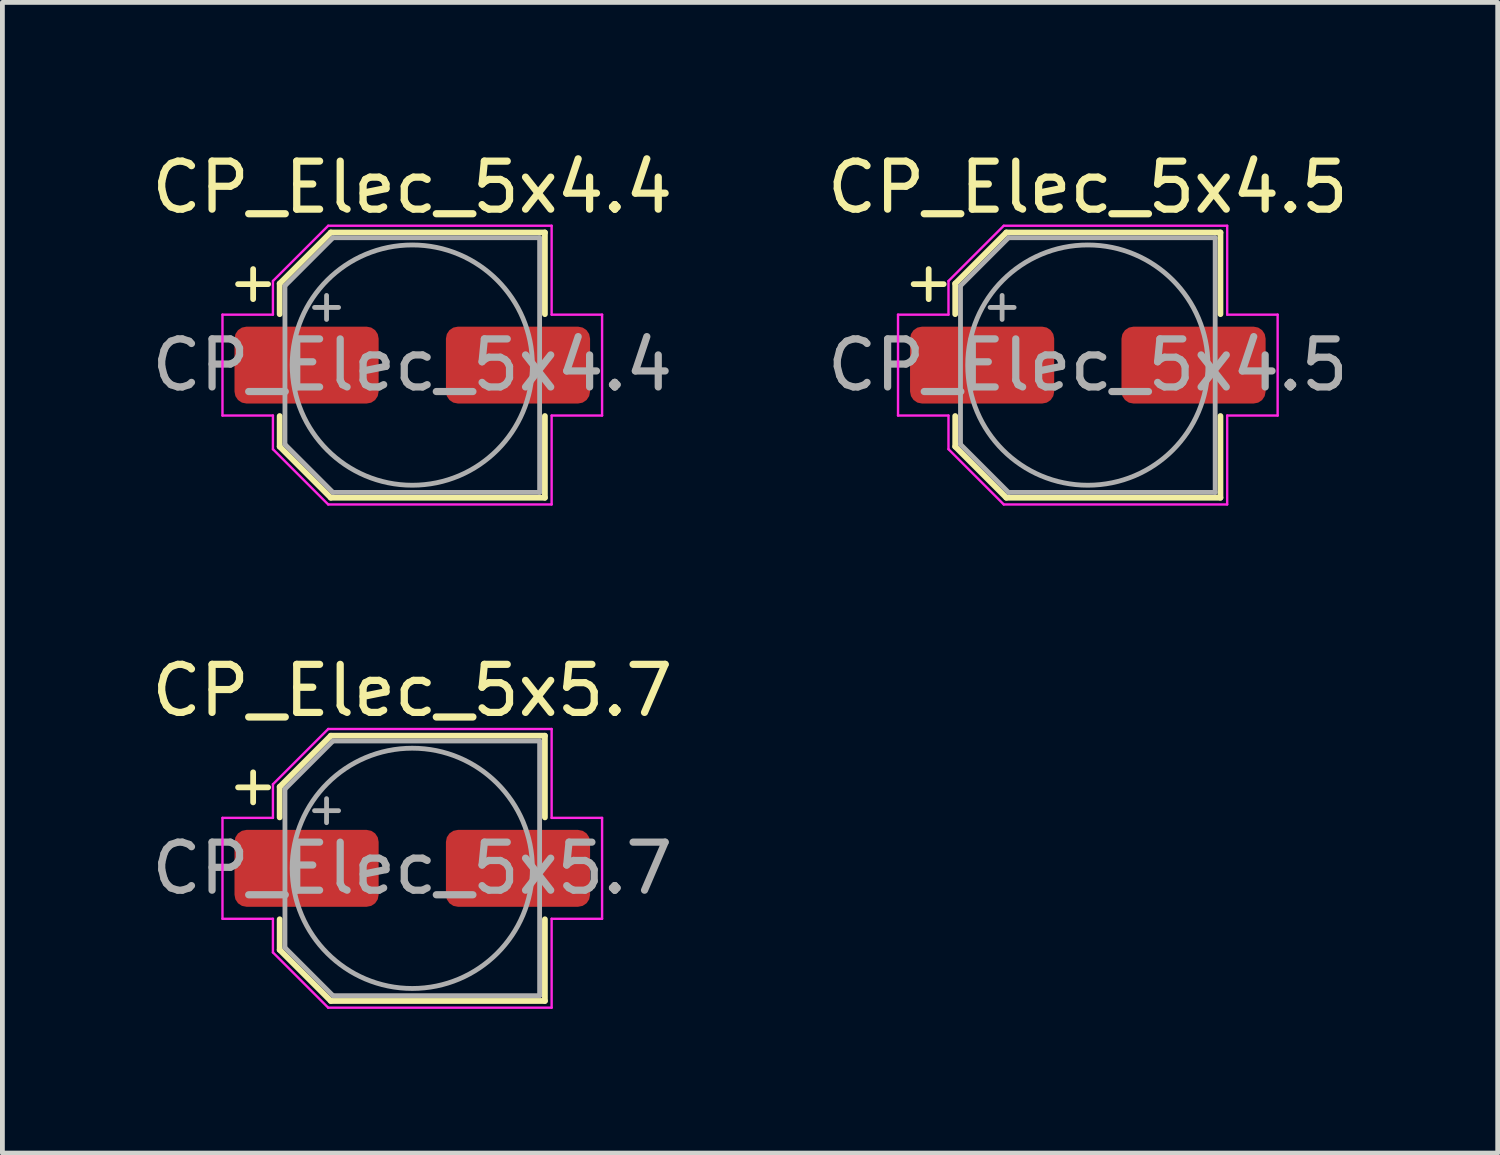
<source format=kicad_pcb>
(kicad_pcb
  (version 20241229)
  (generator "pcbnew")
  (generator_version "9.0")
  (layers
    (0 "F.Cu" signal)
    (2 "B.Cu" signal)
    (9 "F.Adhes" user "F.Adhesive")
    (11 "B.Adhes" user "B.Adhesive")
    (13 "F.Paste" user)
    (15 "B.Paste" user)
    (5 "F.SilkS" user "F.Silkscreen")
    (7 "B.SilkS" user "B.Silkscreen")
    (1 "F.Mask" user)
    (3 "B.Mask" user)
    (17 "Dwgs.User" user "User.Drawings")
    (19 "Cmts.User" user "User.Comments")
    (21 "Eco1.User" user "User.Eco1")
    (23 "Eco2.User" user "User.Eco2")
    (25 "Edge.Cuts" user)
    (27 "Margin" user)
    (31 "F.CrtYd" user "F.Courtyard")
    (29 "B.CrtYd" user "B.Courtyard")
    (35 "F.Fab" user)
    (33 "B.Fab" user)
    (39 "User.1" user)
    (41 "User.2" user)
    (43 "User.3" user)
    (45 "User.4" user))
  (footprint "CP_Elec_5x5.7"
    (layer "F.Cu")
    (at 5.53 15.021)
    (property "Reference" "CP_Elec_5x5.7" (at 0 -3.7 0) (layer "F.SilkS") (effects (font (size 1 1) (thickness 0.15))))
    (attr smd)
    (fp_line (start -3.625 -1.685) (end -3 -1.685) (stroke (width 0.12) (type solid)) (layer "F.SilkS"))
    (fp_line (start -3.312 -1.998) (end -3.312 -1.373) (stroke (width 0.12) (type solid)) (layer "F.SilkS"))
    (fp_line (start -2.76 -1.696) (end -2.76 -1.06) (stroke (width 0.12) (type solid)) (layer "F.SilkS"))
    (fp_line (start -2.76 -1.696) (end -1.696 -2.76) (stroke (width 0.12) (type solid)) (layer "F.SilkS"))
    (fp_line (start -2.76 1.696) (end -2.76 1.06) (stroke (width 0.12) (type solid)) (layer "F.SilkS"))
    (fp_line (start -2.76 1.696) (end -1.696 2.76) (stroke (width 0.12) (type solid)) (layer "F.SilkS"))
    (fp_line (start -1.696 -2.76) (end 2.76 -2.76) (stroke (width 0.12) (type solid)) (layer "F.SilkS"))
    (fp_line (start -1.696 2.76) (end 2.76 2.76) (stroke (width 0.12) (type solid)) (layer "F.SilkS"))
    (fp_line (start 2.76 -2.76) (end 2.76 -1.06) (stroke (width 0.12) (type solid)) (layer "F.SilkS"))
    (fp_line (start 2.76 2.76) (end 2.76 1.06) (stroke (width 0.12) (type solid)) (layer "F.SilkS"))
    (fp_line (start -3.95 -1.05) (end -3.95 1.05) (stroke (width 0.05) (type solid)) (layer "F.CrtYd"))
    (fp_line (start -3.95 1.05) (end -2.9 1.05) (stroke (width 0.05) (type solid)) (layer "F.CrtYd"))
    (fp_line (start -2.9 -1.75) (end -2.9 -1.05) (stroke (width 0.05) (type solid)) (layer "F.CrtYd"))
    (fp_line (start -2.9 -1.75) (end -1.75 -2.9) (stroke (width 0.05) (type solid)) (layer "F.CrtYd"))
    (fp_line (start -2.9 -1.05) (end -3.95 -1.05) (stroke (width 0.05) (type solid)) (layer "F.CrtYd"))
    (fp_line (start -2.9 1.05) (end -2.9 1.75) (stroke (width 0.05) (type solid)) (layer "F.CrtYd"))
    (fp_line (start -2.9 1.75) (end -1.75 2.9) (stroke (width 0.05) (type solid)) (layer "F.CrtYd"))
    (fp_line (start -1.75 -2.9) (end 2.9 -2.9) (stroke (width 0.05) (type solid)) (layer "F.CrtYd"))
    (fp_line (start -1.75 2.9) (end 2.9 2.9) (stroke (width 0.05) (type solid)) (layer "F.CrtYd"))
    (fp_line (start 2.9 -2.9) (end 2.9 -1.05) (stroke (width 0.05) (type solid)) (layer "F.CrtYd"))
    (fp_line (start 2.9 -1.05) (end 3.95 -1.05) (stroke (width 0.05) (type solid)) (layer "F.CrtYd"))
    (fp_line (start 2.9 1.05) (end 2.9 2.9) (stroke (width 0.05) (type solid)) (layer "F.CrtYd"))
    (fp_line (start 3.95 -1.05) (end 3.95 1.05) (stroke (width 0.05) (type solid)) (layer "F.CrtYd"))
    (fp_line (start 3.95 1.05) (end 2.9 1.05) (stroke (width 0.05) (type solid)) (layer "F.CrtYd"))
    (fp_line (start -2.65 -1.65) (end -2.65 1.65) (stroke (width 0.1) (type solid)) (layer "F.Fab"))
    (fp_line (start -2.65 -1.65) (end -1.65 -2.65) (stroke (width 0.1) (type solid)) (layer "F.Fab"))
    (fp_line (start -2.65 1.65) (end -1.65 2.65) (stroke (width 0.1) (type solid)) (layer "F.Fab"))
    (fp_line (start -2.034 -1.2) (end -1.534 -1.2) (stroke (width 0.1) (type solid)) (layer "F.Fab"))
    (fp_line (start -1.784 -1.45) (end -1.784 -0.95) (stroke (width 0.1) (type solid)) (layer "F.Fab"))
    (fp_line (start -1.65 -2.65) (end 2.65 -2.65) (stroke (width 0.1) (type solid)) (layer "F.Fab"))
    (fp_line (start -1.65 2.65) (end 2.65 2.65) (stroke (width 0.1) (type solid)) (layer "F.Fab"))
    (fp_line (start 2.65 -2.65) (end 2.65 2.65) (stroke (width 0.1) (type solid)) (layer "F.Fab"))
    (fp_circle (center 0 0) (end 2.5 0) (stroke (width 0.1) (type solid)) (fill no) (layer "F.Fab"))
    (fp_text user "${REFERENCE}" (at 0 0 0) (layer "F.Fab") (effects (font (size 1 1) (thickness 0.15))))
    (pad "1" smd roundrect (at -2.2 0) (size 3 1.6) (layers "F.Cu" "F.Mask" "F.Paste") (roundrect_rratio 0.156))
    (pad "2" smd roundrect (at 2.2 0) (size 3 1.6) (layers "F.Cu" "F.Mask" "F.Paste") (roundrect_rratio 0.156)))
  (footprint "CP_Elec_5x4.5"
    (layer "F.Cu")
    (at 19.589 4.548)
    (property "Reference" "CP_Elec_5x4.5" (at 0 -3.7 0) (layer "F.SilkS") (effects (font (size 1 1) (thickness 0.15))))
    (attr smd)
    (fp_line (start -3.625 -1.685) (end -3 -1.685) (stroke (width 0.12) (type solid)) (layer "F.SilkS"))
    (fp_line (start -3.312 -1.998) (end -3.312 -1.373) (stroke (width 0.12) (type solid)) (layer "F.SilkS"))
    (fp_line (start -2.76 -1.696) (end -2.76 -1.06) (stroke (width 0.12) (type solid)) (layer "F.SilkS"))
    (fp_line (start -2.76 -1.696) (end -1.696 -2.76) (stroke (width 0.12) (type solid)) (layer "F.SilkS"))
    (fp_line (start -2.76 1.696) (end -2.76 1.06) (stroke (width 0.12) (type solid)) (layer "F.SilkS"))
    (fp_line (start -2.76 1.696) (end -1.696 2.76) (stroke (width 0.12) (type solid)) (layer "F.SilkS"))
    (fp_line (start -1.696 -2.76) (end 2.76 -2.76) (stroke (width 0.12) (type solid)) (layer "F.SilkS"))
    (fp_line (start -1.696 2.76) (end 2.76 2.76) (stroke (width 0.12) (type solid)) (layer "F.SilkS"))
    (fp_line (start 2.76 -2.76) (end 2.76 -1.06) (stroke (width 0.12) (type solid)) (layer "F.SilkS"))
    (fp_line (start 2.76 2.76) (end 2.76 1.06) (stroke (width 0.12) (type solid)) (layer "F.SilkS"))
    (fp_line (start -3.95 -1.05) (end -3.95 1.05) (stroke (width 0.05) (type solid)) (layer "F.CrtYd"))
    (fp_line (start -3.95 1.05) (end -2.9 1.05) (stroke (width 0.05) (type solid)) (layer "F.CrtYd"))
    (fp_line (start -2.9 -1.75) (end -2.9 -1.05) (stroke (width 0.05) (type solid)) (layer "F.CrtYd"))
    (fp_line (start -2.9 -1.75) (end -1.75 -2.9) (stroke (width 0.05) (type solid)) (layer "F.CrtYd"))
    (fp_line (start -2.9 -1.05) (end -3.95 -1.05) (stroke (width 0.05) (type solid)) (layer "F.CrtYd"))
    (fp_line (start -2.9 1.05) (end -2.9 1.75) (stroke (width 0.05) (type solid)) (layer "F.CrtYd"))
    (fp_line (start -2.9 1.75) (end -1.75 2.9) (stroke (width 0.05) (type solid)) (layer "F.CrtYd"))
    (fp_line (start -1.75 -2.9) (end 2.9 -2.9) (stroke (width 0.05) (type solid)) (layer "F.CrtYd"))
    (fp_line (start -1.75 2.9) (end 2.9 2.9) (stroke (width 0.05) (type solid)) (layer "F.CrtYd"))
    (fp_line (start 2.9 -2.9) (end 2.9 -1.05) (stroke (width 0.05) (type solid)) (layer "F.CrtYd"))
    (fp_line (start 2.9 -1.05) (end 3.95 -1.05) (stroke (width 0.05) (type solid)) (layer "F.CrtYd"))
    (fp_line (start 2.9 1.05) (end 2.9 2.9) (stroke (width 0.05) (type solid)) (layer "F.CrtYd"))
    (fp_line (start 3.95 -1.05) (end 3.95 1.05) (stroke (width 0.05) (type solid)) (layer "F.CrtYd"))
    (fp_line (start 3.95 1.05) (end 2.9 1.05) (stroke (width 0.05) (type solid)) (layer "F.CrtYd"))
    (fp_line (start -2.65 -1.65) (end -2.65 1.65) (stroke (width 0.1) (type solid)) (layer "F.Fab"))
    (fp_line (start -2.65 -1.65) (end -1.65 -2.65) (stroke (width 0.1) (type solid)) (layer "F.Fab"))
    (fp_line (start -2.65 1.65) (end -1.65 2.65) (stroke (width 0.1) (type solid)) (layer "F.Fab"))
    (fp_line (start -2.034 -1.2) (end -1.534 -1.2) (stroke (width 0.1) (type solid)) (layer "F.Fab"))
    (fp_line (start -1.784 -1.45) (end -1.784 -0.95) (stroke (width 0.1) (type solid)) (layer "F.Fab"))
    (fp_line (start -1.65 -2.65) (end 2.65 -2.65) (stroke (width 0.1) (type solid)) (layer "F.Fab"))
    (fp_line (start -1.65 2.65) (end 2.65 2.65) (stroke (width 0.1) (type solid)) (layer "F.Fab"))
    (fp_line (start 2.65 -2.65) (end 2.65 2.65) (stroke (width 0.1) (type solid)) (layer "F.Fab"))
    (fp_circle (center 0 0) (end 2.5 0) (stroke (width 0.1) (type solid)) (fill no) (layer "F.Fab"))
    (fp_text user "${REFERENCE}" (at 0 0 0) (layer "F.Fab") (effects (font (size 1 1) (thickness 0.15))))
    (pad "1" smd roundrect (at -2.2 0) (size 3 1.6) (layers "F.Cu" "F.Mask" "F.Paste") (roundrect_rratio 0.156))
    (pad "2" smd roundrect (at 2.2 0) (size 3 1.6) (layers "F.Cu" "F.Mask" "F.Paste") (roundrect_rratio 0.156)))
  (footprint "CP_Elec_5x4.4"
    (layer "F.Cu")
    (at 5.53 4.548)
    (property "Reference" "CP_Elec_5x4.4" (at 0 -3.7 0) (layer "F.SilkS") (effects (font (size 1 1) (thickness 0.15))))
    (attr smd)
    (fp_line (start -3.625 -1.685) (end -3 -1.685) (stroke (width 0.12) (type solid)) (layer "F.SilkS"))
    (fp_line (start -3.312 -1.998) (end -3.312 -1.373) (stroke (width 0.12) (type solid)) (layer "F.SilkS"))
    (fp_line (start -2.76 -1.696) (end -2.76 -1.06) (stroke (width 0.12) (type solid)) (layer "F.SilkS"))
    (fp_line (start -2.76 -1.696) (end -1.696 -2.76) (stroke (width 0.12) (type solid)) (layer "F.SilkS"))
    (fp_line (start -2.76 1.696) (end -2.76 1.06) (stroke (width 0.12) (type solid)) (layer "F.SilkS"))
    (fp_line (start -2.76 1.696) (end -1.696 2.76) (stroke (width 0.12) (type solid)) (layer "F.SilkS"))
    (fp_line (start -1.696 -2.76) (end 2.76 -2.76) (stroke (width 0.12) (type solid)) (layer "F.SilkS"))
    (fp_line (start -1.696 2.76) (end 2.76 2.76) (stroke (width 0.12) (type solid)) (layer "F.SilkS"))
    (fp_line (start 2.76 -2.76) (end 2.76 -1.06) (stroke (width 0.12) (type solid)) (layer "F.SilkS"))
    (fp_line (start 2.76 2.76) (end 2.76 1.06) (stroke (width 0.12) (type solid)) (layer "F.SilkS"))
    (fp_line (start -3.95 -1.05) (end -3.95 1.05) (stroke (width 0.05) (type solid)) (layer "F.CrtYd"))
    (fp_line (start -3.95 1.05) (end -2.9 1.05) (stroke (width 0.05) (type solid)) (layer "F.CrtYd"))
    (fp_line (start -2.9 -1.75) (end -2.9 -1.05) (stroke (width 0.05) (type solid)) (layer "F.CrtYd"))
    (fp_line (start -2.9 -1.75) (end -1.75 -2.9) (stroke (width 0.05) (type solid)) (layer "F.CrtYd"))
    (fp_line (start -2.9 -1.05) (end -3.95 -1.05) (stroke (width 0.05) (type solid)) (layer "F.CrtYd"))
    (fp_line (start -2.9 1.05) (end -2.9 1.75) (stroke (width 0.05) (type solid)) (layer "F.CrtYd"))
    (fp_line (start -2.9 1.75) (end -1.75 2.9) (stroke (width 0.05) (type solid)) (layer "F.CrtYd"))
    (fp_line (start -1.75 -2.9) (end 2.9 -2.9) (stroke (width 0.05) (type solid)) (layer "F.CrtYd"))
    (fp_line (start -1.75 2.9) (end 2.9 2.9) (stroke (width 0.05) (type solid)) (layer "F.CrtYd"))
    (fp_line (start 2.9 -2.9) (end 2.9 -1.05) (stroke (width 0.05) (type solid)) (layer "F.CrtYd"))
    (fp_line (start 2.9 -1.05) (end 3.95 -1.05) (stroke (width 0.05) (type solid)) (layer "F.CrtYd"))
    (fp_line (start 2.9 1.05) (end 2.9 2.9) (stroke (width 0.05) (type solid)) (layer "F.CrtYd"))
    (fp_line (start 3.95 -1.05) (end 3.95 1.05) (stroke (width 0.05) (type solid)) (layer "F.CrtYd"))
    (fp_line (start 3.95 1.05) (end 2.9 1.05) (stroke (width 0.05) (type solid)) (layer "F.CrtYd"))
    (fp_line (start -2.65 -1.65) (end -2.65 1.65) (stroke (width 0.1) (type solid)) (layer "F.Fab"))
    (fp_line (start -2.65 -1.65) (end -1.65 -2.65) (stroke (width 0.1) (type solid)) (layer "F.Fab"))
    (fp_line (start -2.65 1.65) (end -1.65 2.65) (stroke (width 0.1) (type solid)) (layer "F.Fab"))
    (fp_line (start -2.034 -1.2) (end -1.534 -1.2) (stroke (width 0.1) (type solid)) (layer "F.Fab"))
    (fp_line (start -1.784 -1.45) (end -1.784 -0.95) (stroke (width 0.1) (type solid)) (layer "F.Fab"))
    (fp_line (start -1.65 -2.65) (end 2.65 -2.65) (stroke (width 0.1) (type solid)) (layer "F.Fab"))
    (fp_line (start -1.65 2.65) (end 2.65 2.65) (stroke (width 0.1) (type solid)) (layer "F.Fab"))
    (fp_line (start 2.65 -2.65) (end 2.65 2.65) (stroke (width 0.1) (type solid)) (layer "F.Fab"))
    (fp_circle (center 0 0) (end 2.5 0) (stroke (width 0.1) (type solid)) (fill no) (layer "F.Fab"))
    (fp_text user "${REFERENCE}" (at 0 0 0) (layer "F.Fab") (effects (font (size 1 1) (thickness 0.15))))
    (pad "1" smd roundrect (at -2.2 0) (size 3 1.6) (layers "F.Cu" "F.Mask" "F.Paste") (roundrect_rratio 0.156))
    (pad "2" smd roundrect (at 2.2 0) (size 3 1.6) (layers "F.Cu" "F.Mask" "F.Paste") (roundrect_rratio 0.156)))
  (gr_rect
    (start -3 -3)
    (end 28.119 20.947)
    (stroke (width 0.1) (type default))
    (fill no)
    (layer "Edge.Cuts")))
</source>
